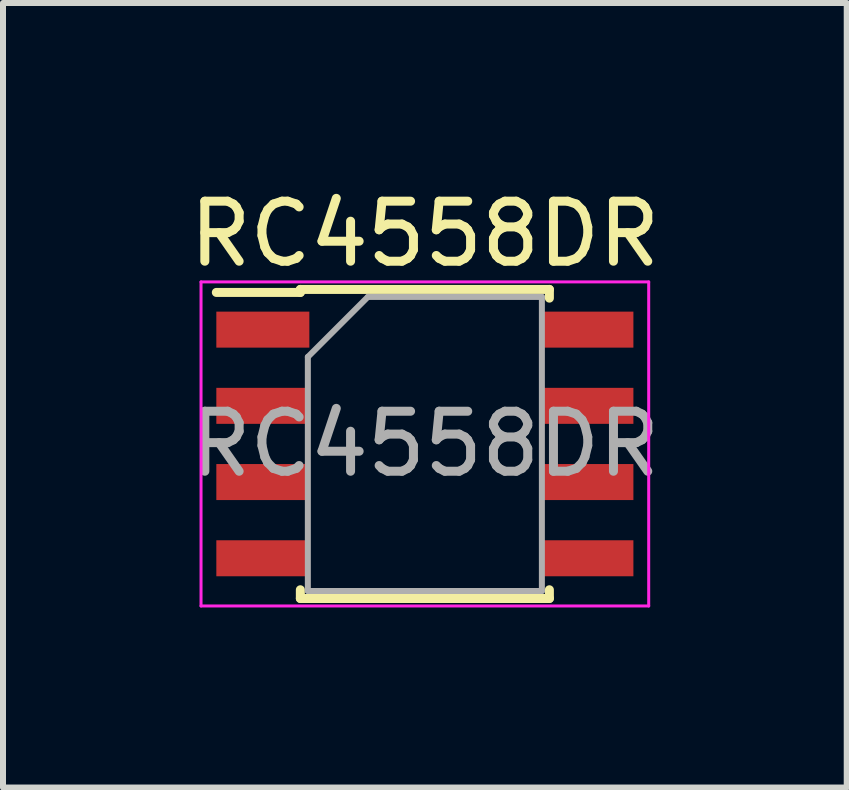
<source format=kicad_pcb>
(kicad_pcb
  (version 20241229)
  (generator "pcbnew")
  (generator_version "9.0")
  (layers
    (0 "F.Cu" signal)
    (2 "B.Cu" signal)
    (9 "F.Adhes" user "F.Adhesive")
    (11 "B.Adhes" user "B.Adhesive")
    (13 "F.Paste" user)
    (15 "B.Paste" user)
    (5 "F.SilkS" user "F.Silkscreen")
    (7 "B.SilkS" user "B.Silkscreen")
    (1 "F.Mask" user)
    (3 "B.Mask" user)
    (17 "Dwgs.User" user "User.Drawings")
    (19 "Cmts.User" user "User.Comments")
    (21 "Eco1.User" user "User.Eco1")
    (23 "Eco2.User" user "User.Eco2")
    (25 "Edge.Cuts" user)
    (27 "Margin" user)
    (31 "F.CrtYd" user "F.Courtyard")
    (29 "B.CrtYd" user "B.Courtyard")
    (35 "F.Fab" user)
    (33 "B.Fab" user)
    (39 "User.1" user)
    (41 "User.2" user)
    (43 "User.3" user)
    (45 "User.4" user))
  (footprint "RC4558DR"
    (layer "F.Cu")
    (at 4.03 4.348)
    (property "Reference" "RC4558DR" (at 0 -3.5 0) (layer "F.SilkS") (effects (font (size 1 1) (thickness 0.15))))
    (fp_line (start -2.075 -2.575) (end -2.075 -2.525) (stroke (width 0.15) (type solid)) (layer "F.SilkS"))
    (fp_line (start -2.075 -2.575) (end 2.075 -2.575) (stroke (width 0.15) (type solid)) (layer "F.SilkS"))
    (fp_line (start -2.075 -2.525) (end -3.475 -2.525) (stroke (width 0.15) (type solid)) (layer "F.SilkS"))
    (fp_line (start -2.075 2.575) (end -2.075 2.43) (stroke (width 0.15) (type solid)) (layer "F.SilkS"))
    (fp_line (start -2.075 2.575) (end 2.075 2.575) (stroke (width 0.15) (type solid)) (layer "F.SilkS"))
    (fp_line (start 2.075 -2.575) (end 2.075 -2.43) (stroke (width 0.15) (type solid)) (layer "F.SilkS"))
    (fp_line (start 2.075 2.575) (end 2.075 2.43) (stroke (width 0.15) (type solid)) (layer "F.SilkS"))
    (fp_line (start -3.73 -2.7) (end -3.73 2.7) (stroke (width 0.05) (type solid)) (layer "F.CrtYd"))
    (fp_line (start -3.73 -2.7) (end 3.73 -2.7) (stroke (width 0.05) (type solid)) (layer "F.CrtYd"))
    (fp_line (start -3.73 2.7) (end 3.73 2.7) (stroke (width 0.05) (type solid)) (layer "F.CrtYd"))
    (fp_line (start 3.73 -2.7) (end 3.73 2.7) (stroke (width 0.05) (type solid)) (layer "F.CrtYd"))
    (fp_line (start -1.95 -1.45) (end -0.95 -2.45) (stroke (width 0.1) (type solid)) (layer "F.Fab"))
    (fp_line (start -1.95 2.45) (end -1.95 -1.45) (stroke (width 0.1) (type solid)) (layer "F.Fab"))
    (fp_line (start -0.95 -2.45) (end 1.95 -2.45) (stroke (width 0.1) (type solid)) (layer "F.Fab"))
    (fp_line (start 1.95 -2.45) (end 1.95 2.45) (stroke (width 0.1) (type solid)) (layer "F.Fab"))
    (fp_line (start 1.95 2.45) (end -1.95 2.45) (stroke (width 0.1) (type solid)) (layer "F.Fab"))
    (fp_text user "${REFERENCE}" (at 0 0 0) (layer "F.Fab") (effects (font (size 1 1) (thickness 0.15))))
    (pad "1" smd rect (at -2.7 -1.905) (size 1.55 0.6) (layers "F.Cu" "F.Mask" "F.Paste"))
    (pad "2" smd rect (at -2.7 -0.635) (size 1.55 0.6) (layers "F.Cu" "F.Mask" "F.Paste"))
    (pad "3" smd rect (at -2.7 0.635) (size 1.55 0.6) (layers "F.Cu" "F.Mask" "F.Paste"))
    (pad "4" smd rect (at -2.7 1.905) (size 1.55 0.6) (layers "F.Cu" "F.Mask" "F.Paste"))
    (pad "5" smd rect (at 2.7 1.905) (size 1.55 0.6) (layers "F.Cu" "F.Mask" "F.Paste"))
    (pad "6" smd rect (at 2.7 0.635) (size 1.55 0.6) (layers "F.Cu" "F.Mask" "F.Paste"))
    (pad "7" smd rect (at 2.7 -0.635) (size 1.55 0.6) (layers "F.Cu" "F.Mask" "F.Paste"))
    (pad "8" smd rect (at 2.7 -1.905) (size 1.55 0.6) (layers "F.Cu" "F.Mask" "F.Paste")))
  (gr_rect
    (start -3 -3)
    (end 11.06 10.073)
    (stroke (width 0.1) (type default))
    (fill no)
    (layer "Edge.Cuts")))
</source>
